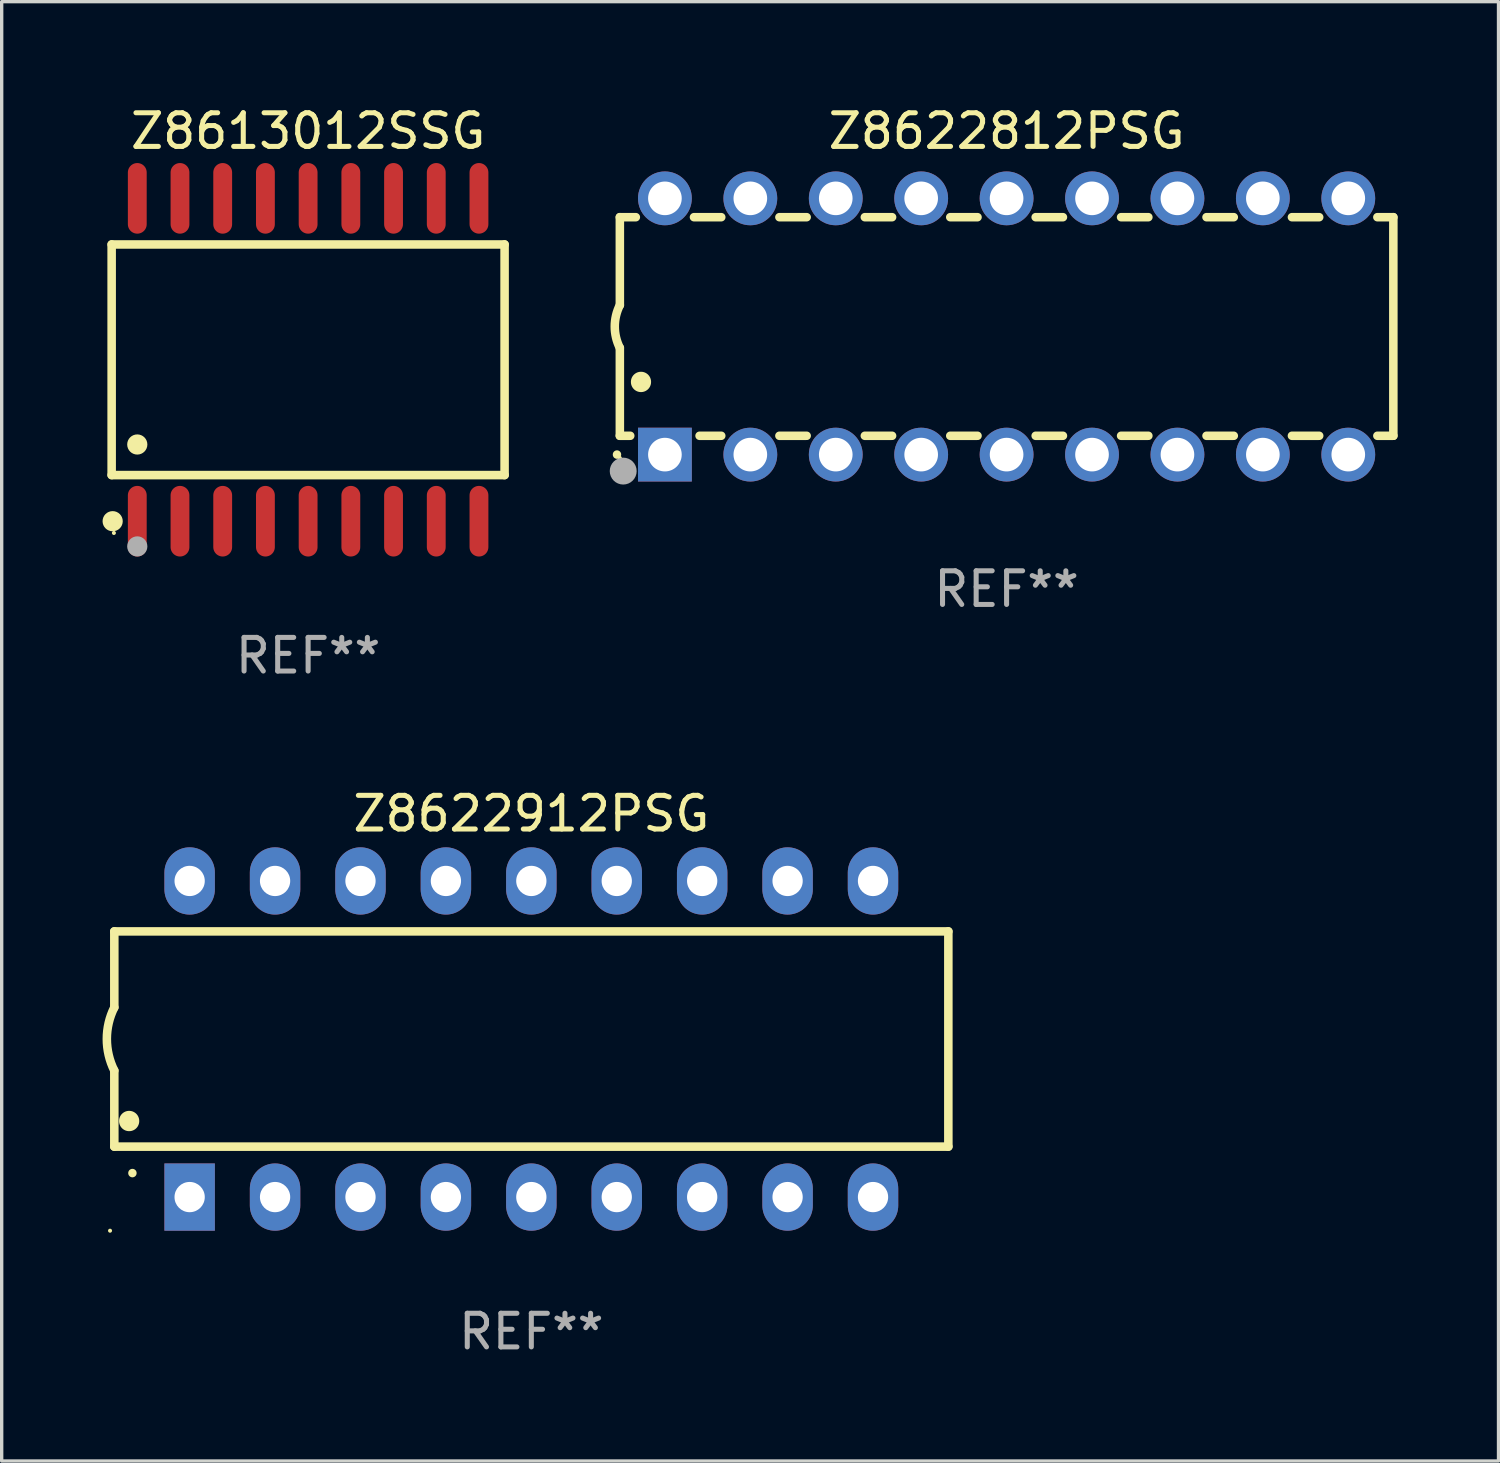
<source format=kicad_pcb>
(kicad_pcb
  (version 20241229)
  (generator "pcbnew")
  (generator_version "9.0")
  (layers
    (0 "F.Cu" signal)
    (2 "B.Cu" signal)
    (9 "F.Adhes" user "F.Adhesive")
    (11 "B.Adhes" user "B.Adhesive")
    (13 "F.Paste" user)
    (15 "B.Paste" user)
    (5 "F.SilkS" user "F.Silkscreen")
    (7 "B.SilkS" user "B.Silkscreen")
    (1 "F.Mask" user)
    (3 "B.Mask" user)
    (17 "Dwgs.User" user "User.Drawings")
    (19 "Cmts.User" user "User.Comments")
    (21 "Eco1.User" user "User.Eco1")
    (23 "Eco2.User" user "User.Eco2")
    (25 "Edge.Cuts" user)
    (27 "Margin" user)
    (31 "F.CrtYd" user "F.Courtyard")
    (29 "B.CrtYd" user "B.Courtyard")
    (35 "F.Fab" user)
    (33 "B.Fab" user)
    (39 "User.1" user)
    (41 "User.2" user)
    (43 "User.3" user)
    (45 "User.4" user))
  (footprint "Z8622912PSG"
    (layer "F.Cu")
    (at 12.749 27.845)
    (property "Reference" "Z8622912PSG" (at 0 -6.7 0) (layer "F.SilkS") (effects (font (size 1 1) (thickness 0.15))))
    (attr through_hole)
    (fp_line (start -12.4 -3.2) (end -12.4 -0.94) (stroke (width 0.254) (type solid)) (layer "F.SilkS"))
    (fp_line (start -12.4 -3.2) (end 12.4 -3.2) (stroke (width 0.254) (type solid)) (layer "F.SilkS"))
    (fp_line (start -12.4 3.2) (end -12.4 0.94) (stroke (width 0.254) (type solid)) (layer "F.SilkS"))
    (fp_line (start -12.4 3.2) (end 12.4 3.2) (stroke (width 0.254) (type solid)) (layer "F.SilkS"))
    (fp_line (start 12.4 -3.2) (end 12.4 3.2) (stroke (width 0.254) (type solid)) (layer "F.SilkS"))
    (fp_arc (start -12.400305 0.938531) (mid -12.621952 -0.000821) (end -12.400025 -0.940107) (stroke (width 0.254001) (type solid)) (layer "F.SilkS"))
    (fp_arc (start -11.958623 2.440843) (mid -11.958634 2.438303) (end -11.958623 2.435763) (stroke (width 0.6) (type solid)) (layer "F.SilkS"))
    (fp_arc (start -11.861824 3.987706) (mid -11.861831 3.986436) (end -11.861824 3.985166) (stroke (width 0.25) (type solid)) (layer "F.SilkS"))
    (fp_circle (center -12.527 5.7) (end -12.497 5.7) (stroke (width 0.06) (type solid)) (fill no) (layer "F.SilkS"))
    (fp_text user "REF**" (at 0 8.7 0) (layer "F.Fab") (effects (font (size 1 1) (thickness 0.15))))
    (pad "1" thru_hole rect (at -10.16 4.7 90) (size 2 1.5) (drill 0.9) (layers "*.Cu" "*.Mask"))
    (pad "2" thru_hole oval (at -7.62 4.7 90) (size 2 1.5) (drill 0.9) (layers "*.Cu" "*.Mask"))
    (pad "3" thru_hole oval (at -5.08 4.7 90) (size 2 1.5) (drill 0.9) (layers "*.Cu" "*.Mask"))
    (pad "4" thru_hole oval (at -2.54 4.7 90) (size 2 1.5) (drill 0.9) (layers "*.Cu" "*.Mask"))
    (pad "5" thru_hole oval (at 0 4.7 90) (size 2 1.5) (drill 0.9) (layers "*.Cu" "*.Mask"))
    (pad "6" thru_hole oval (at 2.54 4.7 90) (size 2 1.5) (drill 0.9) (layers "*.Cu" "*.Mask"))
    (pad "7" thru_hole oval (at 5.08 4.7 90) (size 2 1.5) (drill 0.9) (layers "*.Cu" "*.Mask"))
    (pad "8" thru_hole oval (at 7.62 4.7 90) (size 2 1.5) (drill 0.9) (layers "*.Cu" "*.Mask"))
    (pad "9" thru_hole oval (at 10.16 4.7 90) (size 2 1.5) (drill 0.9) (layers "*.Cu" "*.Mask"))
    (pad "10" thru_hole oval (at 10.16 -4.7 90) (size 2 1.5) (drill 0.9) (layers "*.Cu" "*.Mask"))
    (pad "11" thru_hole oval (at 7.62 -4.7 90) (size 2 1.5) (drill 0.9) (layers "*.Cu" "*.Mask"))
    (pad "12" thru_hole oval (at 5.08 -4.7 90) (size 2 1.5) (drill 0.9) (layers "*.Cu" "*.Mask"))
    (pad "13" thru_hole oval (at 2.54 -4.7 90) (size 2 1.5) (drill 0.9) (layers "*.Cu" "*.Mask"))
    (pad "14" thru_hole oval (at 0 -4.7 90) (size 2 1.5) (drill 0.9) (layers "*.Cu" "*.Mask"))
    (pad "15" thru_hole oval (at -2.54 -4.7 90) (size 2 1.5) (drill 0.9) (layers "*.Cu" "*.Mask"))
    (pad "16" thru_hole oval (at -5.08 -4.7 90) (size 2 1.5) (drill 0.9) (layers "*.Cu" "*.Mask"))
    (pad "17" thru_hole oval (at -7.62 -4.7 90) (size 2 1.5) (drill 0.9) (layers "*.Cu" "*.Mask"))
    (pad "18" thru_hole oval (at -10.16 -4.7 90) (size 2 1.5) (drill 0.9) (layers "*.Cu" "*.Mask")))
  (footprint "Z8622812PSG"
    (layer "F.Cu")
    (at 26.881 6.658)
    (property "Reference" "Z8622812PSG" (at 0 -5.81 0) (layer "F.SilkS") (effects (font (size 1 1) (thickness 0.15))))
    (attr through_hole)
    (fp_line (start -11.5 -3.25) (end -11.5 -0.635) (stroke (width 0.254) (type solid)) (layer "F.SilkS"))
    (fp_line (start -11.5 3.25) (end -11.5 0.635) (stroke (width 0.254) (type solid)) (layer "F.SilkS"))
    (fp_line (start -11.5 3.25) (end -11.191 3.25) (stroke (width 0.254) (type solid)) (layer "F.SilkS"))
    (fp_line (start -11.025 -3.25) (end -11.5 -3.25) (stroke (width 0.254) (type solid)) (layer "F.SilkS"))
    (fp_line (start -9.129 3.25) (end -8.485 3.25) (stroke (width 0.254) (type solid)) (layer "F.SilkS"))
    (fp_line (start -8.485 -3.25) (end -9.295 -3.25) (stroke (width 0.254) (type solid)) (layer "F.SilkS"))
    (fp_line (start -6.755 3.25) (end -5.945 3.25) (stroke (width 0.254) (type solid)) (layer "F.SilkS"))
    (fp_line (start -5.945 -3.25) (end -6.755 -3.25) (stroke (width 0.254) (type solid)) (layer "F.SilkS"))
    (fp_line (start -4.215 3.25) (end -3.405 3.25) (stroke (width 0.254) (type solid)) (layer "F.SilkS"))
    (fp_line (start -3.405 -3.25) (end -4.215 -3.25) (stroke (width 0.254) (type solid)) (layer "F.SilkS"))
    (fp_line (start -1.675 3.25) (end -0.865 3.25) (stroke (width 0.254) (type solid)) (layer "F.SilkS"))
    (fp_line (start -0.865 -3.25) (end -1.675 -3.25) (stroke (width 0.254) (type solid)) (layer "F.SilkS"))
    (fp_line (start 0.865 3.25) (end 1.675 3.25) (stroke (width 0.254) (type solid)) (layer "F.SilkS"))
    (fp_line (start 1.675 -3.25) (end 0.865 -3.25) (stroke (width 0.254) (type solid)) (layer "F.SilkS"))
    (fp_line (start 3.405 3.25) (end 4.215 3.25) (stroke (width 0.254) (type solid)) (layer "F.SilkS"))
    (fp_line (start 4.215 -3.25) (end 3.405 -3.25) (stroke (width 0.254) (type solid)) (layer "F.SilkS"))
    (fp_line (start 5.945 3.25) (end 6.755 3.25) (stroke (width 0.254) (type solid)) (layer "F.SilkS"))
    (fp_line (start 6.755 -3.25) (end 5.945 -3.25) (stroke (width 0.254) (type solid)) (layer "F.SilkS"))
    (fp_line (start 8.485 3.25) (end 9.295 3.25) (stroke (width 0.254) (type solid)) (layer "F.SilkS"))
    (fp_line (start 9.295 -3.25) (end 8.485 -3.25) (stroke (width 0.254) (type solid)) (layer "F.SilkS"))
    (fp_line (start 11.025 3.25) (end 11.5 3.25) (stroke (width 0.254) (type solid)) (layer "F.SilkS"))
    (fp_line (start 11.5 -3.25) (end 11.025 -3.25) (stroke (width 0.254) (type solid)) (layer "F.SilkS"))
    (fp_line (start 11.5 -3.25) (end 11.5 3.25) (stroke (width 0.254) (type solid)) (layer "F.SilkS"))
    (fp_arc (start -11.584963 3.810008) (mid -11.58497 3.808738) (end -11.584963 3.807468) (stroke (width 0.25) (type solid)) (layer "F.SilkS"))
    (fp_arc (start -11.501143 0.635001) (mid -11.650665 -0.000132) (end -11.500025 -0.635001) (stroke (width 0.254001) (type solid)) (layer "F.SilkS"))
    (fp_arc (start -10.871222 1.651003) (mid -10.871233 1.648463) (end -10.871222 1.645923) (stroke (width 0.6) (type solid)) (layer "F.SilkS"))
    (fp_circle (center -11.5 3.91) (end -11.47 3.91) (stroke (width 0.06) (type solid)) (fill no) (layer "F.SilkS"))
    (fp_circle (center -11.4 4.3) (end -11.2 4.3) (stroke (width 0.4) (type solid)) (fill no) (layer "F.Fab"))
    (fp_text user "REF**" (at 0 7.81 0) (layer "F.Fab") (effects (font (size 1 1) (thickness 0.15))))
    (pad "1" thru_hole rect (at -10.16 3.81 90) (size 1.6 1.6) (drill 1) (layers "*.Cu" "*.Mask"))
    (pad "2" thru_hole circle (at -7.62 3.81 90) (size 1.6 1.6) (drill 1) (layers "*.Cu" "*.Mask"))
    (pad "3" thru_hole circle (at -5.08 3.81 90) (size 1.6 1.6) (drill 1) (layers "*.Cu" "*.Mask"))
    (pad "4" thru_hole circle (at -2.54 3.81 90) (size 1.6 1.6) (drill 1) (layers "*.Cu" "*.Mask"))
    (pad "5" thru_hole circle (at 0 3.81 90) (size 1.6 1.6) (drill 1) (layers "*.Cu" "*.Mask"))
    (pad "6" thru_hole circle (at 2.54 3.81 90) (size 1.6 1.6) (drill 1) (layers "*.Cu" "*.Mask"))
    (pad "7" thru_hole circle (at 5.08 3.81 90) (size 1.6 1.6) (drill 1) (layers "*.Cu" "*.Mask"))
    (pad "8" thru_hole circle (at 7.62 3.81 90) (size 1.6 1.6) (drill 1) (layers "*.Cu" "*.Mask"))
    (pad "9" thru_hole circle (at 10.16 3.81 90) (size 1.6 1.6) (drill 1) (layers "*.Cu" "*.Mask"))
    (pad "10" thru_hole circle (at 10.16 -3.81 90) (size 1.6 1.6) (drill 1) (layers "*.Cu" "*.Mask"))
    (pad "11" thru_hole circle (at 7.62 -3.81 90) (size 1.6 1.6) (drill 1) (layers "*.Cu" "*.Mask"))
    (pad "12" thru_hole circle (at 5.08 -3.81 90) (size 1.6 1.6) (drill 1) (layers "*.Cu" "*.Mask"))
    (pad "13" thru_hole circle (at 2.54 -3.81 90) (size 1.6 1.6) (drill 1) (layers "*.Cu" "*.Mask"))
    (pad "14" thru_hole circle (at 0 -3.81 90) (size 1.6 1.6) (drill 1) (layers "*.Cu" "*.Mask"))
    (pad "15" thru_hole circle (at -2.54 -3.81 90) (size 1.6 1.6) (drill 1) (layers "*.Cu" "*.Mask"))
    (pad "16" thru_hole circle (at -5.08 -3.81 90) (size 1.6 1.6) (drill 1) (layers "*.Cu" "*.Mask"))
    (pad "17" thru_hole circle (at -7.62 -3.81 90) (size 1.6 1.6) (drill 1) (layers "*.Cu" "*.Mask"))
    (pad "18" thru_hole circle (at -10.16 -3.81 90) (size 1.6 1.6) (drill 1) (layers "*.Cu" "*.Mask")))
  (footprint "Z8613012SSG"
    (layer "F.Cu")
    (at 6.112 7.648)
    (property "Reference" "Z8613012SSG" (at 0 -6.8 0) (layer "F.SilkS") (effects (font (size 1 1) (thickness 0.15))))
    (attr through_hole)
    (fp_line (start -5.842 -3.429) (end -5.842 3.429) (stroke (width 0.254) (type solid)) (layer "F.SilkS"))
    (fp_line (start -5.842 3.429) (end 5.842 3.429) (stroke (width 0.254) (type solid)) (layer "F.SilkS"))
    (fp_line (start 5.842 -3.429) (end -5.842 -3.429) (stroke (width 0.254) (type solid)) (layer "F.SilkS"))
    (fp_line (start 5.842 3.429) (end 5.842 -3.429) (stroke (width 0.254) (type solid)) (layer "F.SilkS"))
    (fp_circle (center -5.812 4.8) (end -5.662 4.8) (stroke (width 0.3) (type solid)) (fill no) (layer "F.SilkS"))
    (fp_circle (center -5.775 5.15) (end -5.745 5.15) (stroke (width 0.06) (type solid)) (fill no) (layer "F.SilkS"))
    (fp_circle (center -5.08 2.519) (end -4.93 2.519) (stroke (width 0.3) (type solid)) (fill no) (layer "F.SilkS"))
    (fp_circle (center -5.08 5.55) (end -4.93 5.55) (stroke (width 0.3) (type solid)) (fill no) (layer "F.Fab"))
    (fp_text user "REF**" (at 0 8.8 0) (layer "F.Fab") (effects (font (size 1 1) (thickness 0.15))))
    (pad "1" smd oval (at -5.08 4.8) (size 0.56 2.1) (layers "F.Cu" "F.Mask" "F.Paste"))
    (pad "2" smd oval (at -3.81 4.8) (size 0.56 2.1) (layers "F.Cu" "F.Mask" "F.Paste"))
    (pad "3" smd oval (at -2.54 4.8) (size 0.56 2.1) (layers "F.Cu" "F.Mask" "F.Paste"))
    (pad "4" smd oval (at -1.27 4.8) (size 0.56 2.1) (layers "F.Cu" "F.Mask" "F.Paste"))
    (pad "5" smd oval (at 0 4.8) (size 0.56 2.1) (layers "F.Cu" "F.Mask" "F.Paste"))
    (pad "6" smd oval (at 1.27 4.8) (size 0.56 2.1) (layers "F.Cu" "F.Mask" "F.Paste"))
    (pad "7" smd oval (at 2.54 4.8) (size 0.56 2.1) (layers "F.Cu" "F.Mask" "F.Paste"))
    (pad "8" smd oval (at 3.81 4.8) (size 0.56 2.1) (layers "F.Cu" "F.Mask" "F.Paste"))
    (pad "9" smd oval (at 5.08 4.8) (size 0.56 2.1) (layers "F.Cu" "F.Mask" "F.Paste"))
    (pad "10" smd oval (at 5.08 -4.8) (size 0.56 2.1) (layers "F.Cu" "F.Mask" "F.Paste"))
    (pad "11" smd oval (at 3.81 -4.8) (size 0.56 2.1) (layers "F.Cu" "F.Mask" "F.Paste"))
    (pad "12" smd oval (at 2.54 -4.8) (size 0.56 2.1) (layers "F.Cu" "F.Mask" "F.Paste"))
    (pad "13" smd oval (at 1.27 -4.8) (size 0.56 2.1) (layers "F.Cu" "F.Mask" "F.Paste"))
    (pad "14" smd oval (at 0 -4.8) (size 0.56 2.1) (layers "F.Cu" "F.Mask" "F.Paste"))
    (pad "15" smd oval (at -1.27 -4.8) (size 0.56 2.1) (layers "F.Cu" "F.Mask" "F.Paste"))
    (pad "16" smd oval (at -2.54 -4.8) (size 0.56 2.1) (layers "F.Cu" "F.Mask" "F.Paste"))
    (pad "17" smd oval (at -3.81 -4.8) (size 0.56 2.1) (layers "F.Cu" "F.Mask" "F.Paste"))
    (pad "18" smd oval (at -5.08 -4.8) (size 0.56 2.1) (layers "F.Cu" "F.Mask" "F.Paste")))
  (gr_rect
    (start -3 -3)
    (end 41.508 40.393)
    (stroke (width 0.1) (type default))
    (fill no)
    (layer "Edge.Cuts")))
</source>
